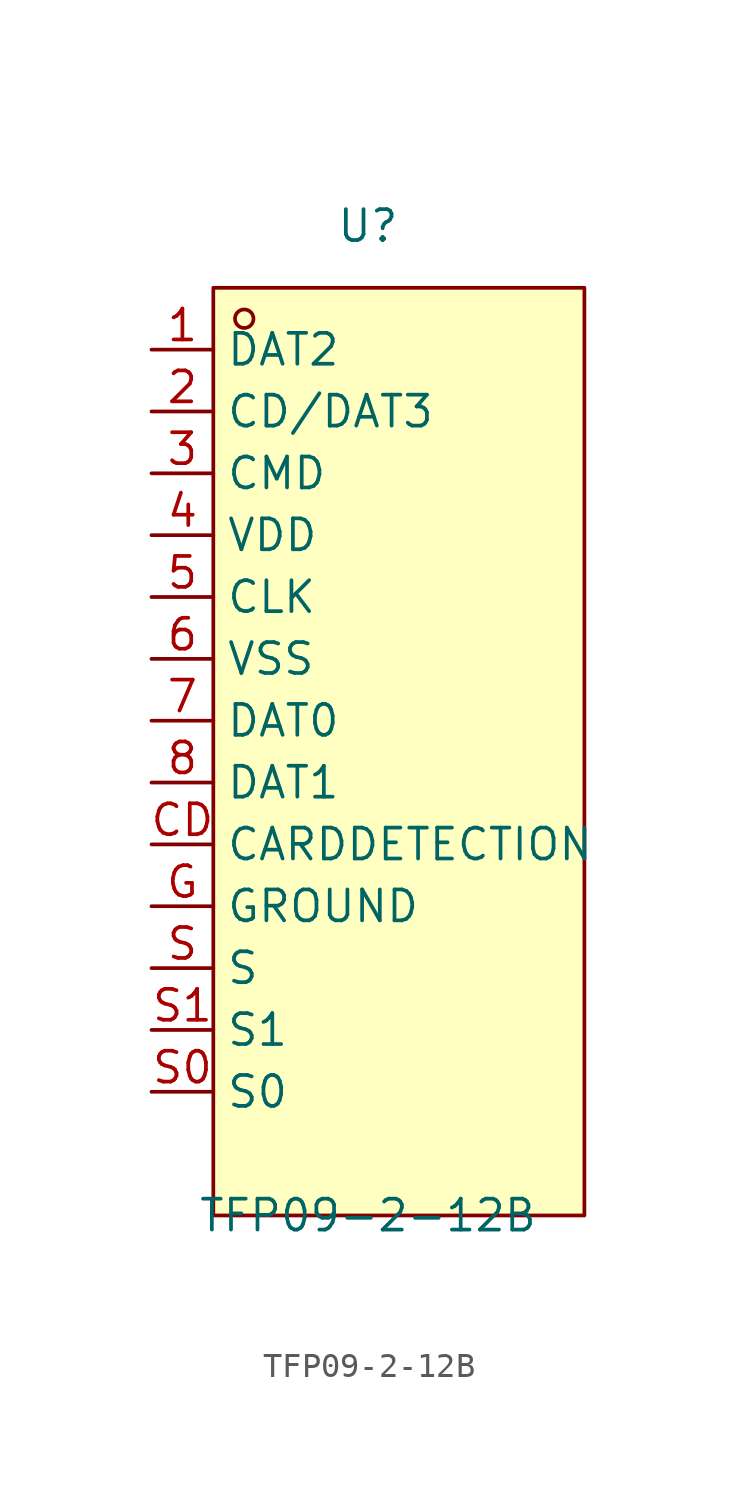
<source format=kicad_sym>
(kicad_symbol_lib
  (version 20211014)
  (generator https://github.com/uPesy/easyeda2kicad.py)
  (symbol "TFP09-2-12B"
    (property "Reference" "U"
      (at 0 21.59 0)
      (effects (font (size 1.27 1.27))))
    (property "Value" "TFP09-2-12B"
      (at 0 -19.05 0)
      (effects (font (size 1.27 1.27))))
    (symbol "TFP09-2-12B_0_1"
      (rectangle (start -6.35 19.05) (end 8.89 -19.05) (stroke (width 0) (type default) (color 0 0 0 0)) (fill (type background)))
      (circle (center -5.08 17.78) (radius 0.38) (stroke (width 0) (type default) (color 0 0 0 0)) (fill (type none)))
      (pin unspecified line (at -8.89 16.51 0) (length 2.54) (name "DAT2" (effects (font (size 1.27 1.27)))) (number "1" (effects (font (size 1.27 1.27)))))
      (pin unspecified line (at -8.89 13.97 0) (length 2.54) (name "CD/DAT3" (effects (font (size 1.27 1.27)))) (number "2" (effects (font (size 1.27 1.27)))))
      (pin unspecified line (at -8.89 11.43 0) (length 2.54) (name "CMD" (effects (font (size 1.27 1.27)))) (number "3" (effects (font (size 1.27 1.27)))))
      (pin unspecified line (at -8.89 8.89 0) (length 2.54) (name "VDD" (effects (font (size 1.27 1.27)))) (number "4" (effects (font (size 1.27 1.27)))))
      (pin unspecified line (at -8.89 6.35 0) (length 2.54) (name "CLK" (effects (font (size 1.27 1.27)))) (number "5" (effects (font (size 1.27 1.27)))))
      (pin unspecified line (at -8.89 3.81 0) (length 2.54) (name "VSS" (effects (font (size 1.27 1.27)))) (number "6" (effects (font (size 1.27 1.27)))))
      (pin unspecified line (at -8.89 1.27 0) (length 2.54) (name "DAT0" (effects (font (size 1.27 1.27)))) (number "7" (effects (font (size 1.27 1.27)))))
      (pin unspecified line (at -8.89 -1.27 0) (length 2.54) (name "DAT1" (effects (font (size 1.27 1.27)))) (number "8" (effects (font (size 1.27 1.27)))))
      (pin unspecified line (at -8.89 -3.81 0) (length 2.54) (name "CARDDETECTION" (effects (font (size 1.27 1.27)))) (number "CD" (effects (font (size 1.27 1.27)))))
      (pin unspecified line (at -8.89 -6.35 0) (length 2.54) (name "GROUND" (effects (font (size 1.27 1.27)))) (number "G" (effects (font (size 1.27 1.27)))))
      (pin unspecified line (at -8.89 -8.89 0) (length 2.54) (name "S" (effects (font (size 1.27 1.27)))) (number "S" (effects (font (size 1.27 1.27)))))
      (pin unspecified line (at -8.89 -11.43 0) (length 2.54) (name "S1" (effects (font (size 1.27 1.27)))) (number "S1" (effects (font (size 1.27 1.27)))))
      (pin unspecified line (at -8.89 -13.97 0) (length 2.54) (name "S0" (effects (font (size 1.27 1.27)))) (number "S0" (effects (font (size 1.27 1.27))))))))
</source>
